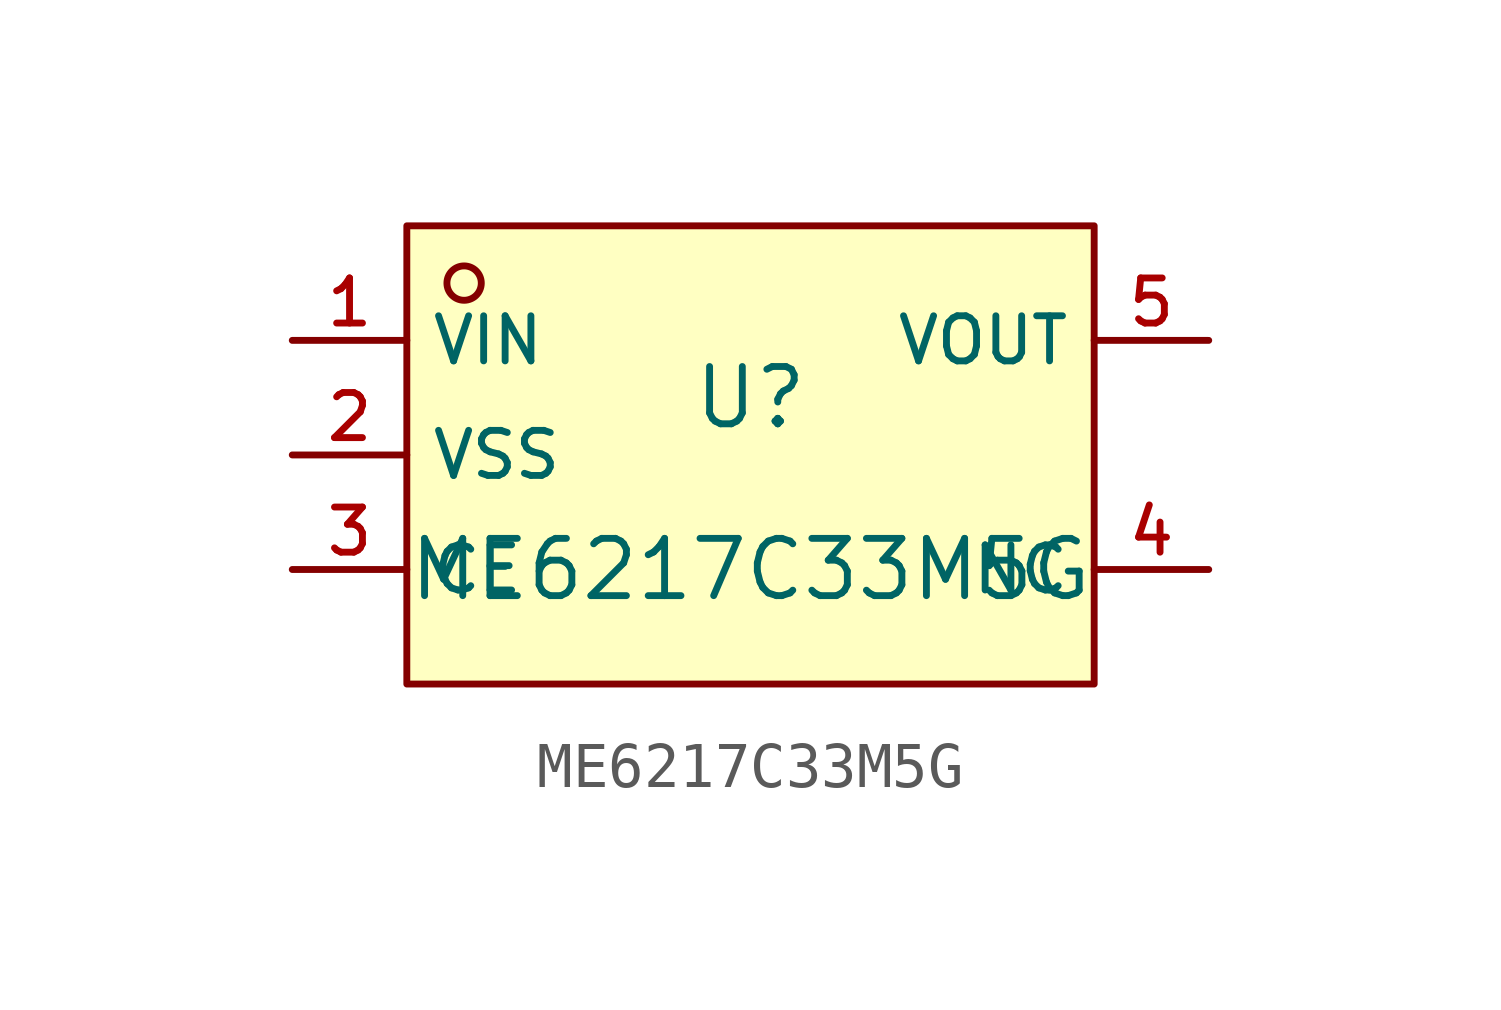
<source format=kicad_sym>
(kicad_symbol_lib
  (version 20210201)
  (generator TousstNicolas/JLC2KiCad_lib)
  (symbol "ME6217C33M5G"
    (property "Reference" "U"
      (at 0 1.27 0)
      (effects (font (size 1.27 1.27))))
    (property "Value" "ME6217C33M5G"
      (at 0 -2.54 0)
      (effects (font (size 1.27 1.27))))
    (symbol "ME6217C33M5G_0_1"
      (rectangle (start -7.62 5.08) (end 7.62 -5.08) (stroke (width 0) (type default) (color 0 0 0 0)) (fill (type background)))
      (circle (center -6.35 3.81) (radius 0.381) (stroke (width 0) (type default) (color 0 0 0 0)) (fill (type background)))
      (pin unspecified line (at -10.16 2.54 0) (length 2.54) (name "VIN" (effects (font (size 1 1)))) (number "1" (effects (font (size 1 1)))))
      (pin unspecified line (at -10.16 -0.0 0) (length 2.54) (name "VSS" (effects (font (size 1 1)))) (number "2" (effects (font (size 1 1)))))
      (pin unspecified line (at -10.16 -2.54 0) (length 2.54) (name "CE" (effects (font (size 1 1)))) (number "3" (effects (font (size 1 1)))))
      (pin unspecified line (at 10.16 -2.54 180) (length 2.54) (name "NC" (effects (font (size 1 1)))) (number "4" (effects (font (size 1 1)))))
      (pin unspecified line (at 10.16 2.54 180) (length 2.54) (name "VOUT" (effects (font (size 1 1)))) (number "5" (effects (font (size 1 1))))))))
</source>
